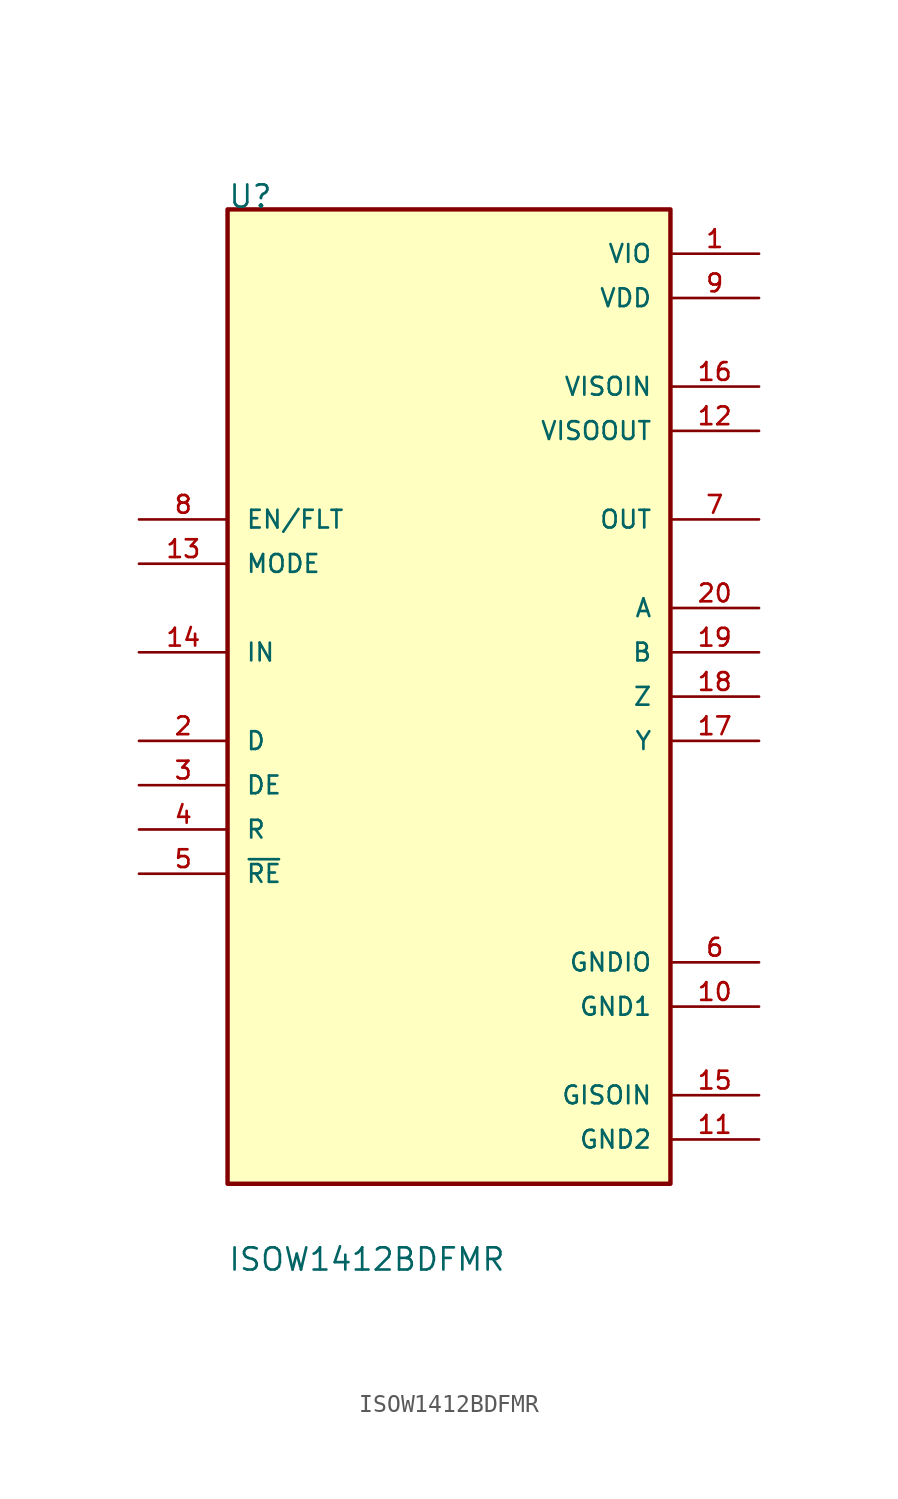
<source format=kicad_sym>
(kicad_symbol_lib
  (version 20211014)
  (generator kicad_symbol_editor)
  (symbol "ISOW1412BDFMR"
    (pin_names
      (offset 1.016))
    (property "Reference" "U"
      (at -12.7 27.94 0)
      (effects (font (size 1.27 1.27)) (justify bottom left)))
    (property "Value" "ISOW1412BDFMR"
      (at -12.7 -33.02 0)
      (effects (font (size 1.27 1.27)) (justify bottom left)))
    (symbol "ISOW1412BDFMR_0_0"
      (rectangle (start -12.7 -27.94) (end 12.7 27.94) (stroke (width 0.254)) (fill (type background)))
      (pin power_in line (at 17.78 25.4 180.0) (length 5.08) (name "VIO" (effects (font (size 1.016 1.016)))) (number "1" (effects (font (size 1.016 1.016)))))
      (pin input line (at -17.78 -2.54 0) (length 5.08) (name "D" (effects (font (size 1.016 1.016)))) (number "2" (effects (font (size 1.016 1.016)))))
      (pin input line (at -17.78 -5.08 0) (length 5.08) (name "DE" (effects (font (size 1.016 1.016)))) (number "3" (effects (font (size 1.016 1.016)))))
      (pin bidirectional line (at -17.78 -7.62 0) (length 5.08) (name "R" (effects (font (size 1.016 1.016)))) (number "4" (effects (font (size 1.016 1.016)))))
      (pin input line (at -17.78 -10.16 0) (length 5.08) (name "~{RE}" (effects (font (size 1.016 1.016)))) (number "5" (effects (font (size 1.016 1.016)))))
      (pin power_in line (at 17.78 22.86 180.0) (length 5.08) (name "VDD" (effects (font (size 1.016 1.016)))) (number "9" (effects (font (size 1.016 1.016)))))
      (pin output line (at 17.78 10.16 180.0) (length 5.08) (name "OUT" (effects (font (size 1.016 1.016)))) (number "7" (effects (font (size 1.016 1.016)))))
      (pin bidirectional line (at -17.78 10.16 0) (length 5.08) (name "EN/FLT" (effects (font (size 1.016 1.016)))) (number "8" (effects (font (size 1.016 1.016)))))
      (pin power_in line (at 17.78 -15.24 180.0) (length 5.08) (name "GNDIO" (effects (font (size 1.016 1.016)))) (number "6" (effects (font (size 1.016 1.016)))))
      (pin power_in line (at 17.78 -17.78 180.0) (length 5.08) (name "GND1" (effects (font (size 1.016 1.016)))) (number "10" (effects (font (size 1.016 1.016)))))
      (pin input line (at 17.78 5.08 180.0) (length 5.08) (name "A" (effects (font (size 1.016 1.016)))) (number "20" (effects (font (size 1.016 1.016)))))
      (pin input line (at 17.78 2.54 180.0) (length 5.08) (name "B" (effects (font (size 1.016 1.016)))) (number "19" (effects (font (size 1.016 1.016)))))
      (pin output line (at 17.78 0.0 180.0) (length 5.08) (name "Z" (effects (font (size 1.016 1.016)))) (number "18" (effects (font (size 1.016 1.016)))))
      (pin output line (at 17.78 -2.54 180.0) (length 5.08) (name "Y" (effects (font (size 1.016 1.016)))) (number "17" (effects (font (size 1.016 1.016)))))
      (pin power_in line (at 17.78 17.78 180.0) (length 5.08) (name "VISOIN" (effects (font (size 1.016 1.016)))) (number "16" (effects (font (size 1.016 1.016)))))
      (pin power_in line (at 17.78 -22.86 180.0) (length 5.08) (name "GISOIN" (effects (font (size 1.016 1.016)))) (number "15" (effects (font (size 1.016 1.016)))))
      (pin input line (at -17.78 2.54 0) (length 5.08) (name "IN" (effects (font (size 1.016 1.016)))) (number "14" (effects (font (size 1.016 1.016)))))
      (pin input line (at -17.78 7.62 0) (length 5.08) (name "MODE" (effects (font (size 1.016 1.016)))) (number "13" (effects (font (size 1.016 1.016)))))
      (pin power_in line (at 17.78 15.24 180.0) (length 5.08) (name "VISOOUT" (effects (font (size 1.016 1.016)))) (number "12" (effects (font (size 1.016 1.016)))))
      (pin power_in line (at 17.78 -25.4 180.0) (length 5.08) (name "GND2" (effects (font (size 1.016 1.016)))) (number "11" (effects (font (size 1.016 1.016))))))))
</source>
